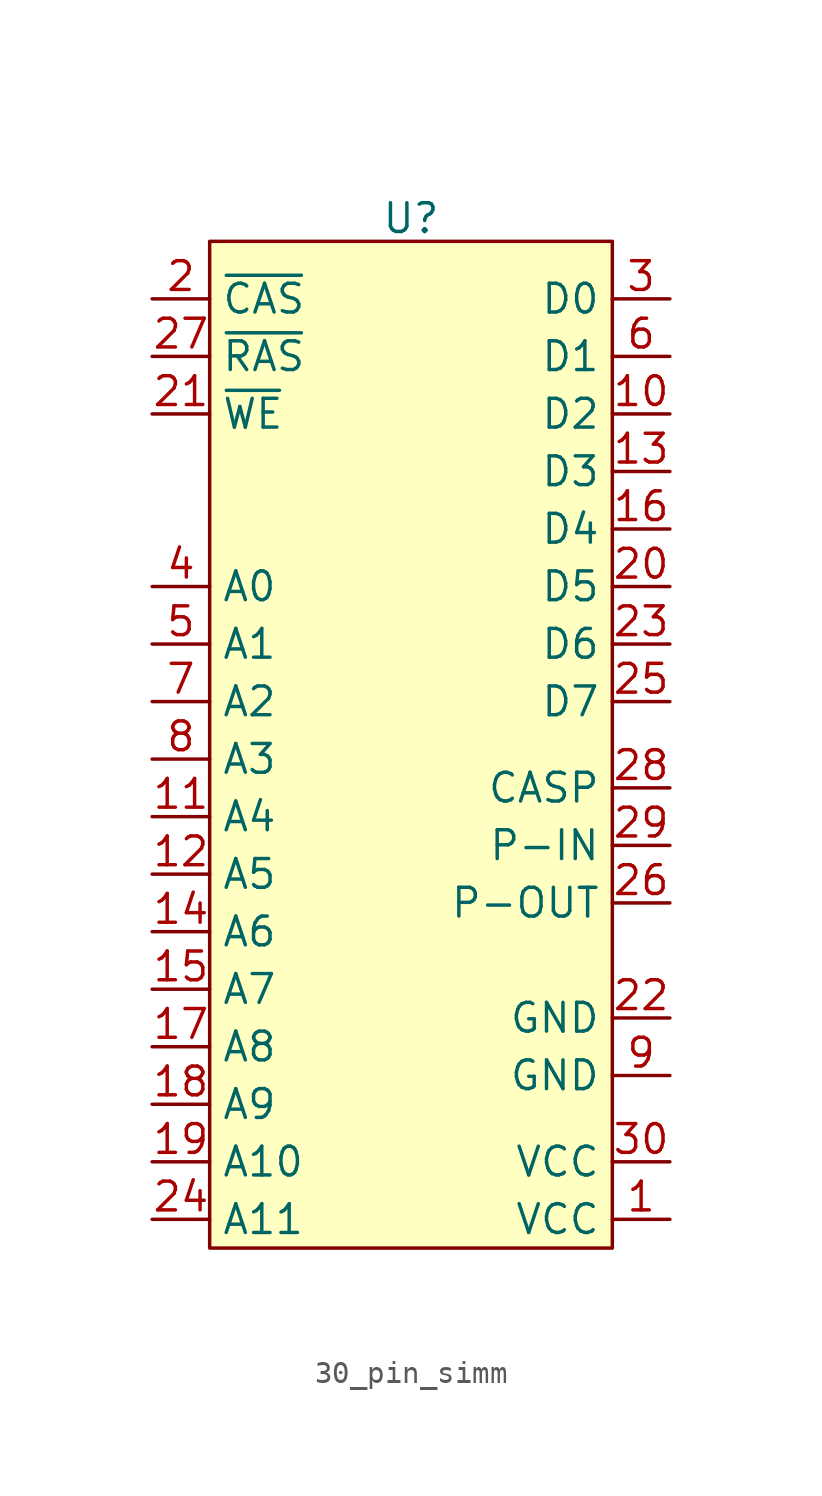
<source format=kicad_sym>
(kicad_symbol_lib
  (version 20241209)
  (generator "kicad_symbol_editor")
  (generator_version "9.0")
  (symbol "30_pin_simm"
    (property "Reference" "U"
      (at 0 23.876 0)
      (effects (font (size 1.27 1.27))))
    (property "Value" ""
      (at 0 1.27 0)
      (effects (font (size 1.27 1.27))))
    (symbol "30_pin_simm_1_1"
      (rectangle (start -8.89 22.86) (end 8.89 -21.59) (stroke (width 0) (type default)) (fill (type background)))
      (pin input line (at -11.43 20.32 0) (length 2.54) (name "~{CAS}" (effects (font (size 1.27 1.27)))) (number "2" (effects (font (size 1.27 1.27)))))
      (pin input line (at -11.43 17.78 0) (length 2.54) (name "~{RAS}" (effects (font (size 1.27 1.27)))) (number "27" (effects (font (size 1.27 1.27)))))
      (pin input line (at -11.43 15.24 0) (length 2.54) (name "~{WE}" (effects (font (size 1.27 1.27)))) (number "21" (effects (font (size 1.27 1.27)))))
      (pin input line (at -11.43 7.62 0) (length 2.54) (name "A0" (effects (font (size 1.27 1.27)))) (number "4" (effects (font (size 1.27 1.27)))))
      (pin input line (at -11.43 5.08 0) (length 2.54) (name "A1" (effects (font (size 1.27 1.27)))) (number "5" (effects (font (size 1.27 1.27)))))
      (pin input line (at -11.43 2.54 0) (length 2.54) (name "A2" (effects (font (size 1.27 1.27)))) (number "7" (effects (font (size 1.27 1.27)))))
      (pin input line (at -11.43 0 0) (length 2.54) (name "A3" (effects (font (size 1.27 1.27)))) (number "8" (effects (font (size 1.27 1.27)))))
      (pin input line (at -11.43 -2.54 0) (length 2.54) (name "A4" (effects (font (size 1.27 1.27)))) (number "11" (effects (font (size 1.27 1.27)))))
      (pin input line (at -11.43 -5.08 0) (length 2.54) (name "A5" (effects (font (size 1.27 1.27)))) (number "12" (effects (font (size 1.27 1.27)))))
      (pin input line (at -11.43 -7.62 0) (length 2.54) (name "A6" (effects (font (size 1.27 1.27)))) (number "14" (effects (font (size 1.27 1.27)))))
      (pin input line (at -11.43 -10.16 0) (length 2.54) (name "A7" (effects (font (size 1.27 1.27)))) (number "15" (effects (font (size 1.27 1.27)))))
      (pin input line (at -11.43 -12.7 0) (length 2.54) (name "A8" (effects (font (size 1.27 1.27)))) (number "17" (effects (font (size 1.27 1.27)))))
      (pin input line (at -11.43 -15.24 0) (length 2.54) (name "A9" (effects (font (size 1.27 1.27)))) (number "18" (effects (font (size 1.27 1.27)))))
      (pin input line (at -11.43 -17.78 0) (length 2.54) (name "A10" (effects (font (size 1.27 1.27)))) (number "19" (effects (font (size 1.27 1.27)))))
      (pin input line (at -11.43 -20.32 0) (length 2.54) (name "A11" (effects (font (size 1.27 1.27)))) (number "24" (effects (font (size 1.27 1.27)))))
      (pin bidirectional line (at 11.43 20.32 180) (length 2.54) (name "D0" (effects (font (size 1.27 1.27)))) (number "3" (effects (font (size 1.27 1.27)))))
      (pin bidirectional line (at 11.43 17.78 180) (length 2.54) (name "D1" (effects (font (size 1.27 1.27)))) (number "6" (effects (font (size 1.27 1.27)))))
      (pin bidirectional line (at 11.43 15.24 180) (length 2.54) (name "D2" (effects (font (size 1.27 1.27)))) (number "10" (effects (font (size 1.27 1.27)))))
      (pin bidirectional line (at 11.43 12.7 180) (length 2.54) (name "D3" (effects (font (size 1.27 1.27)))) (number "13" (effects (font (size 1.27 1.27)))))
      (pin bidirectional line (at 11.43 10.16 180) (length 2.54) (name "D4" (effects (font (size 1.27 1.27)))) (number "16" (effects (font (size 1.27 1.27)))))
      (pin bidirectional line (at 11.43 7.62 180) (length 2.54) (name "D5" (effects (font (size 1.27 1.27)))) (number "20" (effects (font (size 1.27 1.27)))))
      (pin bidirectional line (at 11.43 5.08 180) (length 2.54) (name "D6" (effects (font (size 1.27 1.27)))) (number "23" (effects (font (size 1.27 1.27)))))
      (pin bidirectional line (at 11.43 2.54 180) (length 2.54) (name "D7" (effects (font (size 1.27 1.27)))) (number "25" (effects (font (size 1.27 1.27)))))
      (pin input line (at 11.43 -1.27 180) (length 2.54) (name "CASP" (effects (font (size 1.27 1.27)))) (number "28" (effects (font (size 1.27 1.27)))))
      (pin input line (at 11.43 -3.81 180) (length 2.54) (name "P-IN" (effects (font (size 1.27 1.27)))) (number "29" (effects (font (size 1.27 1.27)))))
      (pin output line (at 11.43 -6.35 180) (length 2.54) (name "P-OUT" (effects (font (size 1.27 1.27)))) (number "26" (effects (font (size 1.27 1.27)))))
      (pin power_in line (at 11.43 -11.43 180) (length 2.54) (name "GND" (effects (font (size 1.27 1.27)))) (number "22" (effects (font (size 1.27 1.27)))))
      (pin power_in line (at 11.43 -13.97 180) (length 2.54) (name "GND" (effects (font (size 1.27 1.27)))) (number "9" (effects (font (size 1.27 1.27)))))
      (pin power_in line (at 11.43 -17.78 180) (length 2.54) (name "VCC" (effects (font (size 1.27 1.27)))) (number "30" (effects (font (size 1.27 1.27)))))
      (pin power_in line (at 11.43 -20.32 180) (length 2.54) (name "VCC" (effects (font (size 1.27 1.27)))) (number "1" (effects (font (size 1.27 1.27))))))))
</source>
